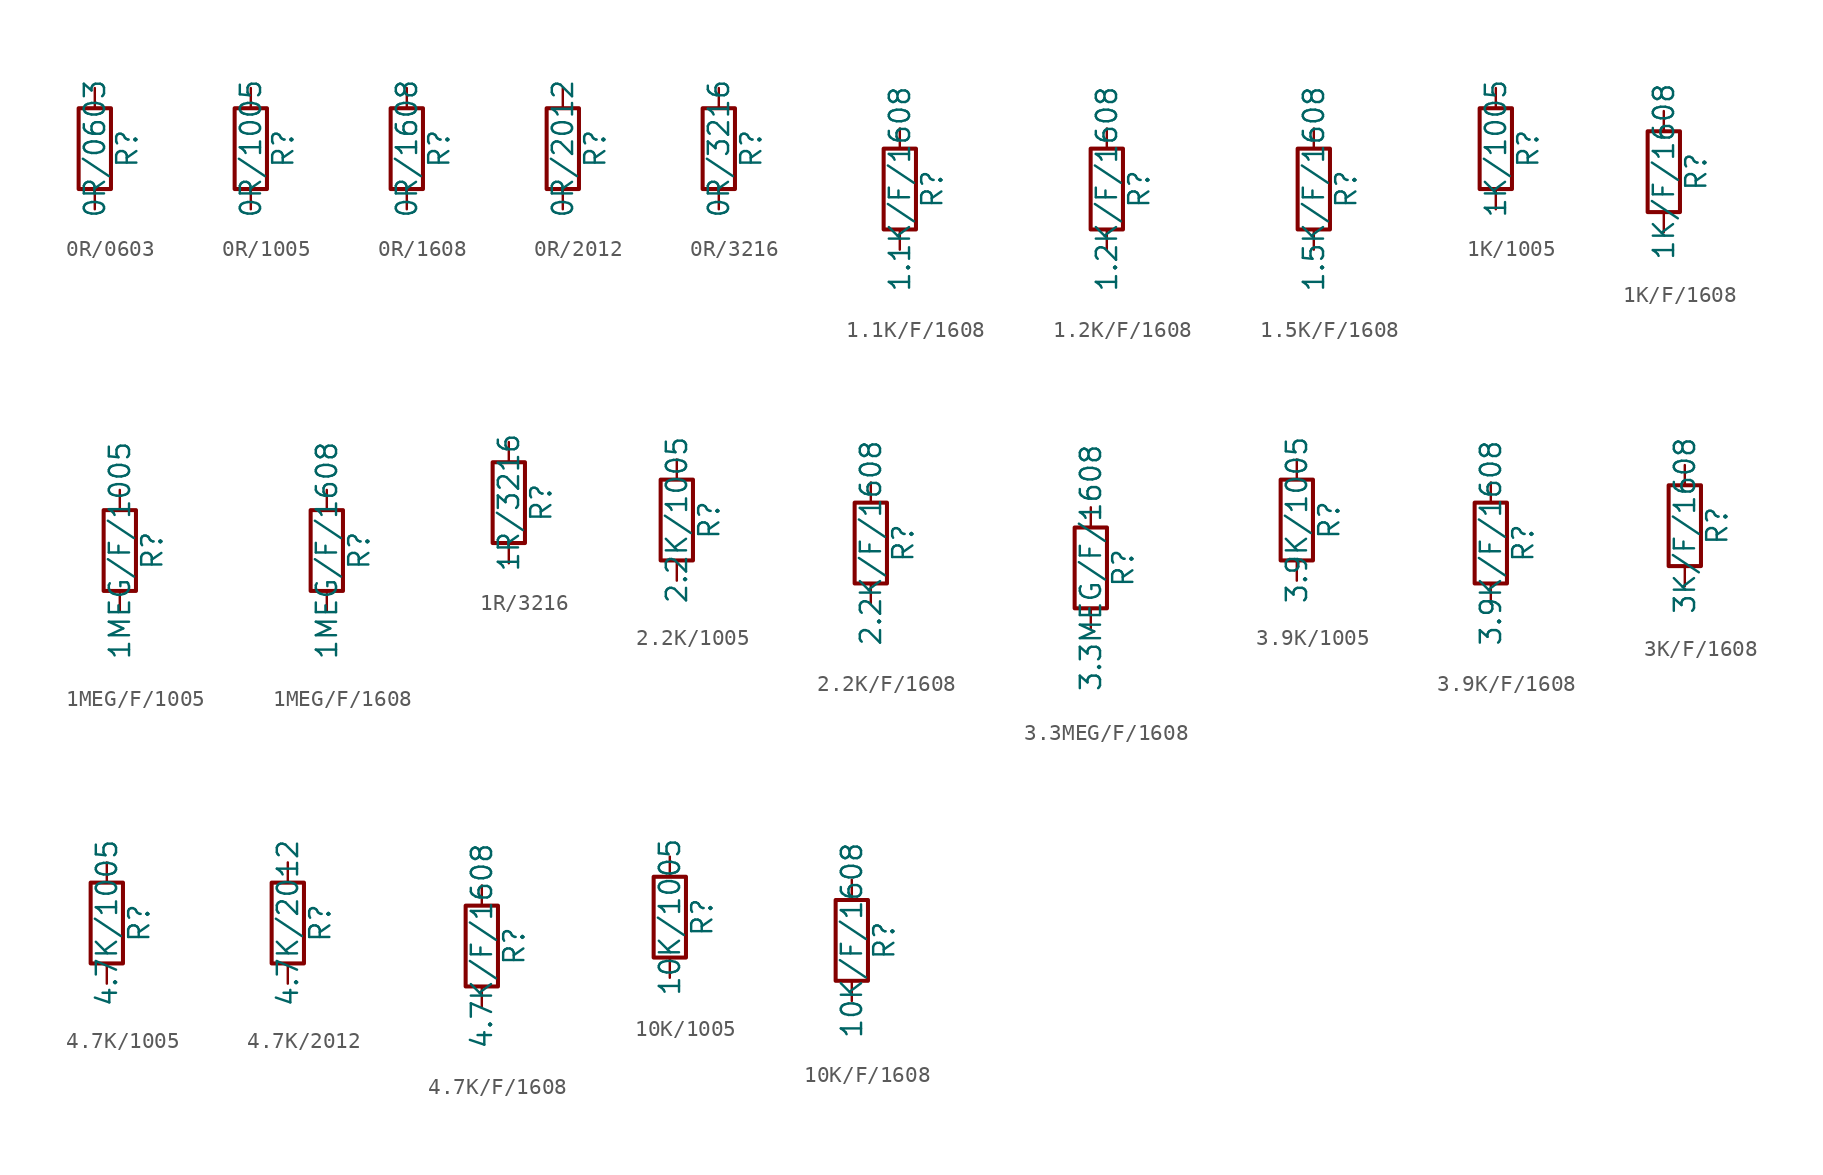
<source format=kicad_sym>
(kicad_symbol_lib
  (version 20220914)
  (generator kicad_symbol_editor)
  (symbol "0R/0603"
    (pin_numbers hide)
    (pin_names
      (offset 0) hide)
    (property "Reference" "R"
      (at 2.032 0 90)
      (effects (font (size 1.27 1.27))))
    (property "Value" "0R/0603"
      (at 0 0 90)
      (effects (font (size 1.27 1.27))))
    (symbol "0R/0603_0_1"
      (rectangle (start -1.016 -2.54) (end 1.016 2.54) (stroke (width 0.254) (type default)) (fill (type none))))
    (symbol "0R/0603_1_1"
      (pin passive line (at 0 3.81 270) (length 1.27) (name "~" (effects (font (size 1.27 1.27)))) (number "1" (effects (font (size 1.27 1.27)))))
      (pin passive line (at 0 -3.81 90) (length 1.27) (name "~" (effects (font (size 1.27 1.27)))) (number "2" (effects (font (size 1.27 1.27)))))))
  (symbol "0R/1005"
    (pin_numbers hide)
    (pin_names
      (offset 0) hide)
    (property "Reference" "R"
      (at 2.032 0 90)
      (effects (font (size 1.27 1.27))))
    (property "Value" "0R/1005"
      (at 0 0 90)
      (effects (font (size 1.27 1.27))))
    (symbol "0R/1005_0_1"
      (rectangle (start -1.016 -2.54) (end 1.016 2.54) (stroke (width 0.254) (type default)) (fill (type none))))
    (symbol "0R/1005_1_1"
      (pin passive line (at 0 3.81 270) (length 1.27) (name "~" (effects (font (size 1.27 1.27)))) (number "1" (effects (font (size 1.27 1.27)))))
      (pin passive line (at 0 -3.81 90) (length 1.27) (name "~" (effects (font (size 1.27 1.27)))) (number "2" (effects (font (size 1.27 1.27)))))))
  (symbol "0R/1608"
    (pin_numbers hide)
    (pin_names
      (offset 0) hide)
    (property "Reference" "R"
      (at 2.032 0 90)
      (effects (font (size 1.27 1.27))))
    (property "Value" "0R/1608"
      (at 0 0 90)
      (effects (font (size 1.27 1.27))))
    (symbol "0R/1608_0_1"
      (rectangle (start -1.016 -2.54) (end 1.016 2.54) (stroke (width 0.254) (type default)) (fill (type none))))
    (symbol "0R/1608_1_1"
      (pin passive line (at 0 3.81 270) (length 1.27) (name "~" (effects (font (size 1.27 1.27)))) (number "1" (effects (font (size 1.27 1.27)))))
      (pin passive line (at 0 -3.81 90) (length 1.27) (name "~" (effects (font (size 1.27 1.27)))) (number "2" (effects (font (size 1.27 1.27)))))))
  (symbol "0R/2012"
    (pin_numbers hide)
    (pin_names
      (offset 0) hide)
    (property "Reference" "R"
      (at 2.032 0 90)
      (effects (font (size 1.27 1.27))))
    (property "Value" "0R/2012"
      (at 0 0 90)
      (effects (font (size 1.27 1.27))))
    (symbol "0R/2012_0_1"
      (rectangle (start -1.016 -2.54) (end 1.016 2.54) (stroke (width 0.254) (type default)) (fill (type none))))
    (symbol "0R/2012_1_1"
      (pin passive line (at 0 3.81 270) (length 1.27) (name "~" (effects (font (size 1.27 1.27)))) (number "1" (effects (font (size 1.27 1.27)))))
      (pin passive line (at 0 -3.81 90) (length 1.27) (name "~" (effects (font (size 1.27 1.27)))) (number "2" (effects (font (size 1.27 1.27)))))))
  (symbol "0R/3216"
    (pin_numbers hide)
    (pin_names
      (offset 0) hide)
    (property "Reference" "R"
      (at 2.032 0 90)
      (effects (font (size 1.27 1.27))))
    (property "Value" "0R/3216"
      (at 0 0 90)
      (effects (font (size 1.27 1.27))))
    (symbol "0R/3216_0_1"
      (rectangle (start -1.016 -2.54) (end 1.016 2.54) (stroke (width 0.254) (type default)) (fill (type none))))
    (symbol "0R/3216_1_1"
      (pin passive line (at 0 3.81 270) (length 1.27) (name "~" (effects (font (size 1.27 1.27)))) (number "1" (effects (font (size 1.27 1.27)))))
      (pin passive line (at 0 -3.81 90) (length 1.27) (name "~" (effects (font (size 1.27 1.27)))) (number "2" (effects (font (size 1.27 1.27)))))))
  (symbol "1.1K/F/1608"
    (pin_numbers hide)
    (pin_names
      (offset 0) hide)
    (property "Reference" "R"
      (at 2.032 0 90)
      (effects (font (size 1.27 1.27))))
    (property "Value" "1.1K/F/1608"
      (at 0 0 90)
      (effects (font (size 1.27 1.27))))
    (symbol "1.1K/F/1608_0_1"
      (rectangle (start -1.016 -2.54) (end 1.016 2.54) (stroke (width 0.254) (type default)) (fill (type none))))
    (symbol "1.1K/F/1608_1_1"
      (pin passive line (at 0 3.81 270) (length 1.27) (name "~" (effects (font (size 1.27 1.27)))) (number "1" (effects (font (size 1.27 1.27)))))
      (pin passive line (at 0 -3.81 90) (length 1.27) (name "~" (effects (font (size 1.27 1.27)))) (number "2" (effects (font (size 1.27 1.27)))))))
  (symbol "1.2K/F/1608"
    (pin_numbers hide)
    (pin_names
      (offset 0) hide)
    (property "Reference" "R"
      (at 2.032 0 90)
      (effects (font (size 1.27 1.27))))
    (property "Value" "1.2K/F/1608"
      (at 0 0 90)
      (effects (font (size 1.27 1.27))))
    (symbol "1.2K/F/1608_0_1"
      (rectangle (start -1.016 -2.54) (end 1.016 2.54) (stroke (width 0.254) (type default)) (fill (type none))))
    (symbol "1.2K/F/1608_1_1"
      (pin passive line (at 0 3.81 270) (length 1.27) (name "~" (effects (font (size 1.27 1.27)))) (number "1" (effects (font (size 1.27 1.27)))))
      (pin passive line (at 0 -3.81 90) (length 1.27) (name "~" (effects (font (size 1.27 1.27)))) (number "2" (effects (font (size 1.27 1.27)))))))
  (symbol "1.5K/F/1608"
    (pin_numbers hide)
    (pin_names
      (offset 0) hide)
    (property "Reference" "R"
      (at 2.032 0 90)
      (effects (font (size 1.27 1.27))))
    (property "Value" "1.5K/F/1608"
      (at 0 0 90)
      (effects (font (size 1.27 1.27))))
    (symbol "1.5K/F/1608_0_1"
      (rectangle (start -1.016 -2.54) (end 1.016 2.54) (stroke (width 0.254) (type default)) (fill (type none))))
    (symbol "1.5K/F/1608_1_1"
      (pin passive line (at 0 3.81 270) (length 1.27) (name "~" (effects (font (size 1.27 1.27)))) (number "1" (effects (font (size 1.27 1.27)))))
      (pin passive line (at 0 -3.81 90) (length 1.27) (name "~" (effects (font (size 1.27 1.27)))) (number "2" (effects (font (size 1.27 1.27)))))))
  (symbol "1K/1005"
    (pin_numbers hide)
    (pin_names
      (offset 0) hide)
    (property "Reference" "R"
      (at 2.032 0 90)
      (effects (font (size 1.27 1.27))))
    (property "Value" "1K/1005"
      (at 0 0 90)
      (effects (font (size 1.27 1.27))))
    (symbol "1K/1005_0_1"
      (rectangle (start -1.016 -2.54) (end 1.016 2.54) (stroke (width 0.254) (type default)) (fill (type none))))
    (symbol "1K/1005_1_1"
      (pin passive line (at 0 3.81 270) (length 1.27) (name "~" (effects (font (size 1.27 1.27)))) (number "1" (effects (font (size 1.27 1.27)))))
      (pin passive line (at 0 -3.81 90) (length 1.27) (name "~" (effects (font (size 1.27 1.27)))) (number "2" (effects (font (size 1.27 1.27)))))))
  (symbol "1K/F/1608"
    (pin_numbers hide)
    (pin_names
      (offset 0) hide)
    (property "Reference" "R"
      (at 2.032 0 90)
      (effects (font (size 1.27 1.27))))
    (property "Value" "1K/F/1608"
      (at 0 0 90)
      (effects (font (size 1.27 1.27))))
    (symbol "1K/F/1608_0_1"
      (rectangle (start -1.016 -2.54) (end 1.016 2.54) (stroke (width 0.254) (type default)) (fill (type none))))
    (symbol "1K/F/1608_1_1"
      (pin passive line (at 0 3.81 270) (length 1.27) (name "~" (effects (font (size 1.27 1.27)))) (number "1" (effects (font (size 1.27 1.27)))))
      (pin passive line (at 0 -3.81 90) (length 1.27) (name "~" (effects (font (size 1.27 1.27)))) (number "2" (effects (font (size 1.27 1.27)))))))
  (symbol "1MEG/F/1005"
    (pin_numbers hide)
    (pin_names
      (offset 0) hide)
    (property "Reference" "R"
      (at 2.032 0 90)
      (effects (font (size 1.27 1.27))))
    (property "Value" "1MEG/F/1005"
      (at 0 0 90)
      (effects (font (size 1.27 1.27))))
    (symbol "1MEG/F/1005_0_1"
      (rectangle (start -1.016 -2.54) (end 1.016 2.54) (stroke (width 0.254) (type default)) (fill (type none))))
    (symbol "1MEG/F/1005_1_1"
      (pin passive line (at 0 3.81 270) (length 1.27) (name "~" (effects (font (size 1.27 1.27)))) (number "1" (effects (font (size 1.27 1.27)))))
      (pin passive line (at 0 -3.81 90) (length 1.27) (name "~" (effects (font (size 1.27 1.27)))) (number "2" (effects (font (size 1.27 1.27)))))))
  (symbol "1MEG/F/1608"
    (pin_numbers hide)
    (pin_names
      (offset 0) hide)
    (property "Reference" "R"
      (at 2.032 0 90)
      (effects (font (size 1.27 1.27))))
    (property "Value" "1MEG/F/1608"
      (at 0 0 90)
      (effects (font (size 1.27 1.27))))
    (symbol "1MEG/F/1608_0_1"
      (rectangle (start -1.016 -2.54) (end 1.016 2.54) (stroke (width 0.254) (type default)) (fill (type none))))
    (symbol "1MEG/F/1608_1_1"
      (pin passive line (at 0 3.81 270) (length 1.27) (name "~" (effects (font (size 1.27 1.27)))) (number "1" (effects (font (size 1.27 1.27)))))
      (pin passive line (at 0 -3.81 90) (length 1.27) (name "~" (effects (font (size 1.27 1.27)))) (number "2" (effects (font (size 1.27 1.27)))))))
  (symbol "1R/3216"
    (pin_numbers hide)
    (pin_names
      (offset 0) hide)
    (property "Reference" "R"
      (at 2.032 0 90)
      (effects (font (size 1.27 1.27))))
    (property "Value" "1R/3216"
      (at 0 0 90)
      (effects (font (size 1.27 1.27))))
    (symbol "1R/3216_0_1"
      (rectangle (start -1.016 -2.54) (end 1.016 2.54) (stroke (width 0.254) (type default)) (fill (type none))))
    (symbol "1R/3216_1_1"
      (pin passive line (at 0 3.81 270) (length 1.27) (name "~" (effects (font (size 1.27 1.27)))) (number "1" (effects (font (size 1.27 1.27)))))
      (pin passive line (at 0 -3.81 90) (length 1.27) (name "~" (effects (font (size 1.27 1.27)))) (number "2" (effects (font (size 1.27 1.27)))))))
  (symbol "2.2K/1005"
    (pin_numbers hide)
    (pin_names
      (offset 0) hide)
    (property "Reference" "R"
      (at 2.032 0 90)
      (effects (font (size 1.27 1.27))))
    (property "Value" "2.2K/1005"
      (at 0 0 90)
      (effects (font (size 1.27 1.27))))
    (symbol "2.2K/1005_0_1"
      (rectangle (start -1.016 -2.54) (end 1.016 2.54) (stroke (width 0.254) (type default)) (fill (type none))))
    (symbol "2.2K/1005_1_1"
      (pin passive line (at 0 3.81 270) (length 1.27) (name "~" (effects (font (size 1.27 1.27)))) (number "1" (effects (font (size 1.27 1.27)))))
      (pin passive line (at 0 -3.81 90) (length 1.27) (name "~" (effects (font (size 1.27 1.27)))) (number "2" (effects (font (size 1.27 1.27)))))))
  (symbol "2.2K/F/1608"
    (pin_numbers hide)
    (pin_names
      (offset 0) hide)
    (property "Reference" "R"
      (at 2.032 0 90)
      (effects (font (size 1.27 1.27))))
    (property "Value" "2.2K/F/1608"
      (at 0 0 90)
      (effects (font (size 1.27 1.27))))
    (symbol "2.2K/F/1608_0_1"
      (rectangle (start -1.016 -2.54) (end 1.016 2.54) (stroke (width 0.254) (type default)) (fill (type none))))
    (symbol "2.2K/F/1608_1_1"
      (pin passive line (at 0 3.81 270) (length 1.27) (name "~" (effects (font (size 1.27 1.27)))) (number "1" (effects (font (size 1.27 1.27)))))
      (pin passive line (at 0 -3.81 90) (length 1.27) (name "~" (effects (font (size 1.27 1.27)))) (number "2" (effects (font (size 1.27 1.27)))))))
  (symbol "3.3MEG/F/1608"
    (pin_numbers hide)
    (pin_names
      (offset 0) hide)
    (property "Reference" "R"
      (at 2.032 0 90)
      (effects (font (size 1.27 1.27))))
    (property "Value" "3.3MEG/F/1608"
      (at 0 0 90)
      (effects (font (size 1.27 1.27))))
    (symbol "3.3MEG/F/1608_0_1"
      (rectangle (start -1.016 -2.54) (end 1.016 2.54) (stroke (width 0.254) (type default)) (fill (type none))))
    (symbol "3.3MEG/F/1608_1_1"
      (pin passive line (at 0 3.81 270) (length 1.27) (name "~" (effects (font (size 1.27 1.27)))) (number "1" (effects (font (size 1.27 1.27)))))
      (pin passive line (at 0 -3.81 90) (length 1.27) (name "~" (effects (font (size 1.27 1.27)))) (number "2" (effects (font (size 1.27 1.27)))))))
  (symbol "3.9K/1005"
    (pin_numbers hide)
    (pin_names
      (offset 0) hide)
    (property "Reference" "R"
      (at 2.032 0 90)
      (effects (font (size 1.27 1.27))))
    (property "Value" "3.9K/1005"
      (at 0 0 90)
      (effects (font (size 1.27 1.27))))
    (symbol "3.9K/1005_0_1"
      (rectangle (start -1.016 -2.54) (end 1.016 2.54) (stroke (width 0.254) (type default)) (fill (type none))))
    (symbol "3.9K/1005_1_1"
      (pin passive line (at 0 3.81 270) (length 1.27) (name "~" (effects (font (size 1.27 1.27)))) (number "1" (effects (font (size 1.27 1.27)))))
      (pin passive line (at 0 -3.81 90) (length 1.27) (name "~" (effects (font (size 1.27 1.27)))) (number "2" (effects (font (size 1.27 1.27)))))))
  (symbol "3.9K/F/1608"
    (pin_numbers hide)
    (pin_names
      (offset 0) hide)
    (property "Reference" "R"
      (at 2.032 0 90)
      (effects (font (size 1.27 1.27))))
    (property "Value" "3.9K/F/1608"
      (at 0 0 90)
      (effects (font (size 1.27 1.27))))
    (symbol "3.9K/F/1608_0_1"
      (rectangle (start -1.016 -2.54) (end 1.016 2.54) (stroke (width 0.254) (type default)) (fill (type none))))
    (symbol "3.9K/F/1608_1_1"
      (pin passive line (at 0 3.81 270) (length 1.27) (name "~" (effects (font (size 1.27 1.27)))) (number "1" (effects (font (size 1.27 1.27)))))
      (pin passive line (at 0 -3.81 90) (length 1.27) (name "~" (effects (font (size 1.27 1.27)))) (number "2" (effects (font (size 1.27 1.27)))))))
  (symbol "3K/F/1608"
    (pin_numbers hide)
    (pin_names
      (offset 0) hide)
    (property "Reference" "R"
      (at 2.032 0 90)
      (effects (font (size 1.27 1.27))))
    (property "Value" "3K/F/1608"
      (at 0 0 90)
      (effects (font (size 1.27 1.27))))
    (symbol "3K/F/1608_0_1"
      (rectangle (start -1.016 -2.54) (end 1.016 2.54) (stroke (width 0.254) (type default)) (fill (type none))))
    (symbol "3K/F/1608_1_1"
      (pin passive line (at 0 3.81 270) (length 1.27) (name "~" (effects (font (size 1.27 1.27)))) (number "1" (effects (font (size 1.27 1.27)))))
      (pin passive line (at 0 -3.81 90) (length 1.27) (name "~" (effects (font (size 1.27 1.27)))) (number "2" (effects (font (size 1.27 1.27)))))))
  (symbol "4.7K/1005"
    (pin_numbers hide)
    (pin_names
      (offset 0) hide)
    (property "Reference" "R"
      (at 2.032 0 90)
      (effects (font (size 1.27 1.27))))
    (property "Value" "4.7K/1005"
      (at 0 0 90)
      (effects (font (size 1.27 1.27))))
    (symbol "4.7K/1005_0_1"
      (rectangle (start -1.016 -2.54) (end 1.016 2.54) (stroke (width 0.254) (type default)) (fill (type none))))
    (symbol "4.7K/1005_1_1"
      (pin passive line (at 0 3.81 270) (length 1.27) (name "~" (effects (font (size 1.27 1.27)))) (number "1" (effects (font (size 1.27 1.27)))))
      (pin passive line (at 0 -3.81 90) (length 1.27) (name "~" (effects (font (size 1.27 1.27)))) (number "2" (effects (font (size 1.27 1.27)))))))
  (symbol "4.7K/2012"
    (pin_numbers hide)
    (pin_names
      (offset 0) hide)
    (property "Reference" "R"
      (at 2.032 0 90)
      (effects (font (size 1.27 1.27))))
    (property "Value" "4.7K/2012"
      (at 0 0 90)
      (effects (font (size 1.27 1.27))))
    (symbol "4.7K/2012_0_1"
      (rectangle (start -1.016 -2.54) (end 1.016 2.54) (stroke (width 0.254) (type default)) (fill (type none))))
    (symbol "4.7K/2012_1_1"
      (pin passive line (at 0 3.81 270) (length 1.27) (name "~" (effects (font (size 1.27 1.27)))) (number "1" (effects (font (size 1.27 1.27)))))
      (pin passive line (at 0 -3.81 90) (length 1.27) (name "~" (effects (font (size 1.27 1.27)))) (number "2" (effects (font (size 1.27 1.27)))))))
  (symbol "4.7K/F/1608"
    (pin_numbers hide)
    (pin_names
      (offset 0) hide)
    (property "Reference" "R"
      (at 2.032 0 90)
      (effects (font (size 1.27 1.27))))
    (property "Value" "4.7K/F/1608"
      (at 0 0 90)
      (effects (font (size 1.27 1.27))))
    (symbol "4.7K/F/1608_0_1"
      (rectangle (start -1.016 -2.54) (end 1.016 2.54) (stroke (width 0.254) (type default)) (fill (type none))))
    (symbol "4.7K/F/1608_1_1"
      (pin passive line (at 0 3.81 270) (length 1.27) (name "~" (effects (font (size 1.27 1.27)))) (number "1" (effects (font (size 1.27 1.27)))))
      (pin passive line (at 0 -3.81 90) (length 1.27) (name "~" (effects (font (size 1.27 1.27)))) (number "2" (effects (font (size 1.27 1.27)))))))
  (symbol "10K/1005"
    (pin_numbers hide)
    (pin_names
      (offset 0) hide)
    (property "Reference" "R"
      (at 2.032 0 90)
      (effects (font (size 1.27 1.27))))
    (property "Value" "10K/1005"
      (at 0 0 90)
      (effects (font (size 1.27 1.27))))
    (symbol "10K/1005_0_1"
      (rectangle (start -1.016 -2.54) (end 1.016 2.54) (stroke (width 0.254) (type default)) (fill (type none))))
    (symbol "10K/1005_1_1"
      (pin passive line (at 0 3.81 270) (length 1.27) (name "~" (effects (font (size 1.27 1.27)))) (number "1" (effects (font (size 1.27 1.27)))))
      (pin passive line (at 0 -3.81 90) (length 1.27) (name "~" (effects (font (size 1.27 1.27)))) (number "2" (effects (font (size 1.27 1.27)))))))
  (symbol "10K/F/1608"
    (pin_numbers hide)
    (pin_names
      (offset 0) hide)
    (property "Reference" "R"
      (at 2.032 0 90)
      (effects (font (size 1.27 1.27))))
    (property "Value" "10K/F/1608"
      (at 0 0 90)
      (effects (font (size 1.27 1.27))))
    (symbol "10K/F/1608_0_1"
      (rectangle (start -1.016 -2.54) (end 1.016 2.54) (stroke (width 0.254) (type default)) (fill (type none))))
    (symbol "10K/F/1608_1_1"
      (pin passive line (at 0 3.81 270) (length 1.27) (name "~" (effects (font (size 1.27 1.27)))) (number "1" (effects (font (size 1.27 1.27)))))
      (pin passive line (at 0 -3.81 90) (length 1.27) (name "~" (effects (font (size 1.27 1.27)))) (number "2" (effects (font (size 1.27 1.27))))))))
</source>
